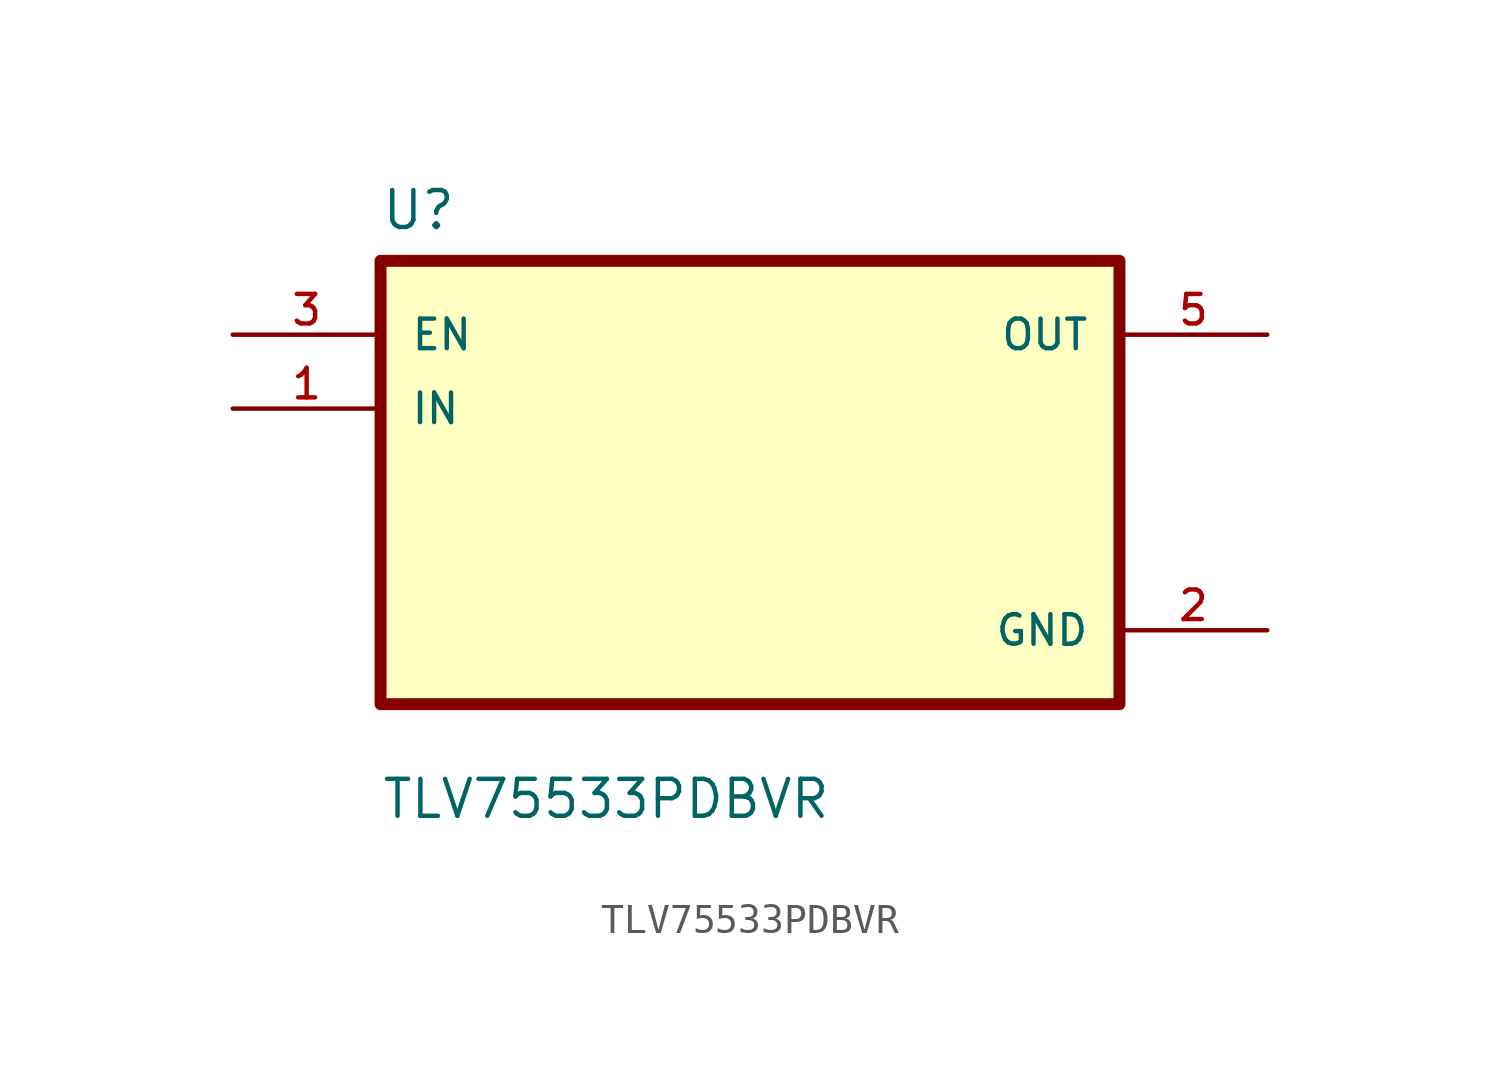
<source format=kicad_sym>
(kicad_symbol_lib
  (version 20211014)
  (generator kicad_symbol_editor)
  (symbol "TLV75533PDBVR"
    (pin_names
      (offset 1.016))
    (property "Reference" "U"
      (at -12.7 8.62 0.0)
      (effects (font (size 1.27 1.27)) (justify bottom left)))
    (property "Value" "TLV75533PDBVR"
      (at -12.7 -11.62 0.0)
      (effects (font (size 1.27 1.27)) (justify bottom left)))
    (symbol "TLV75533PDBVR_0_0"
      (rectangle (start -12.7 -7.62) (end 12.7 7.62) (stroke (width 0.41)) (fill (type background)))
      (pin input line (at -17.78 5.08 0) (length 5.08) (name "EN" (effects (font (size 1.016 1.016)))) (number "3" (effects (font (size 1.016 1.016)))))
      (pin input line (at -17.78 2.54 0) (length 5.08) (name "IN" (effects (font (size 1.016 1.016)))) (number "1" (effects (font (size 1.016 1.016)))))
      (pin output line (at 17.78 5.08 180.0) (length 5.08) (name "OUT" (effects (font (size 1.016 1.016)))) (number "5" (effects (font (size 1.016 1.016)))))
      (pin power_in line (at 17.78 -5.08 180.0) (length 5.08) (name "GND" (effects (font (size 1.016 1.016)))) (number "2" (effects (font (size 1.016 1.016))))))))
</source>
